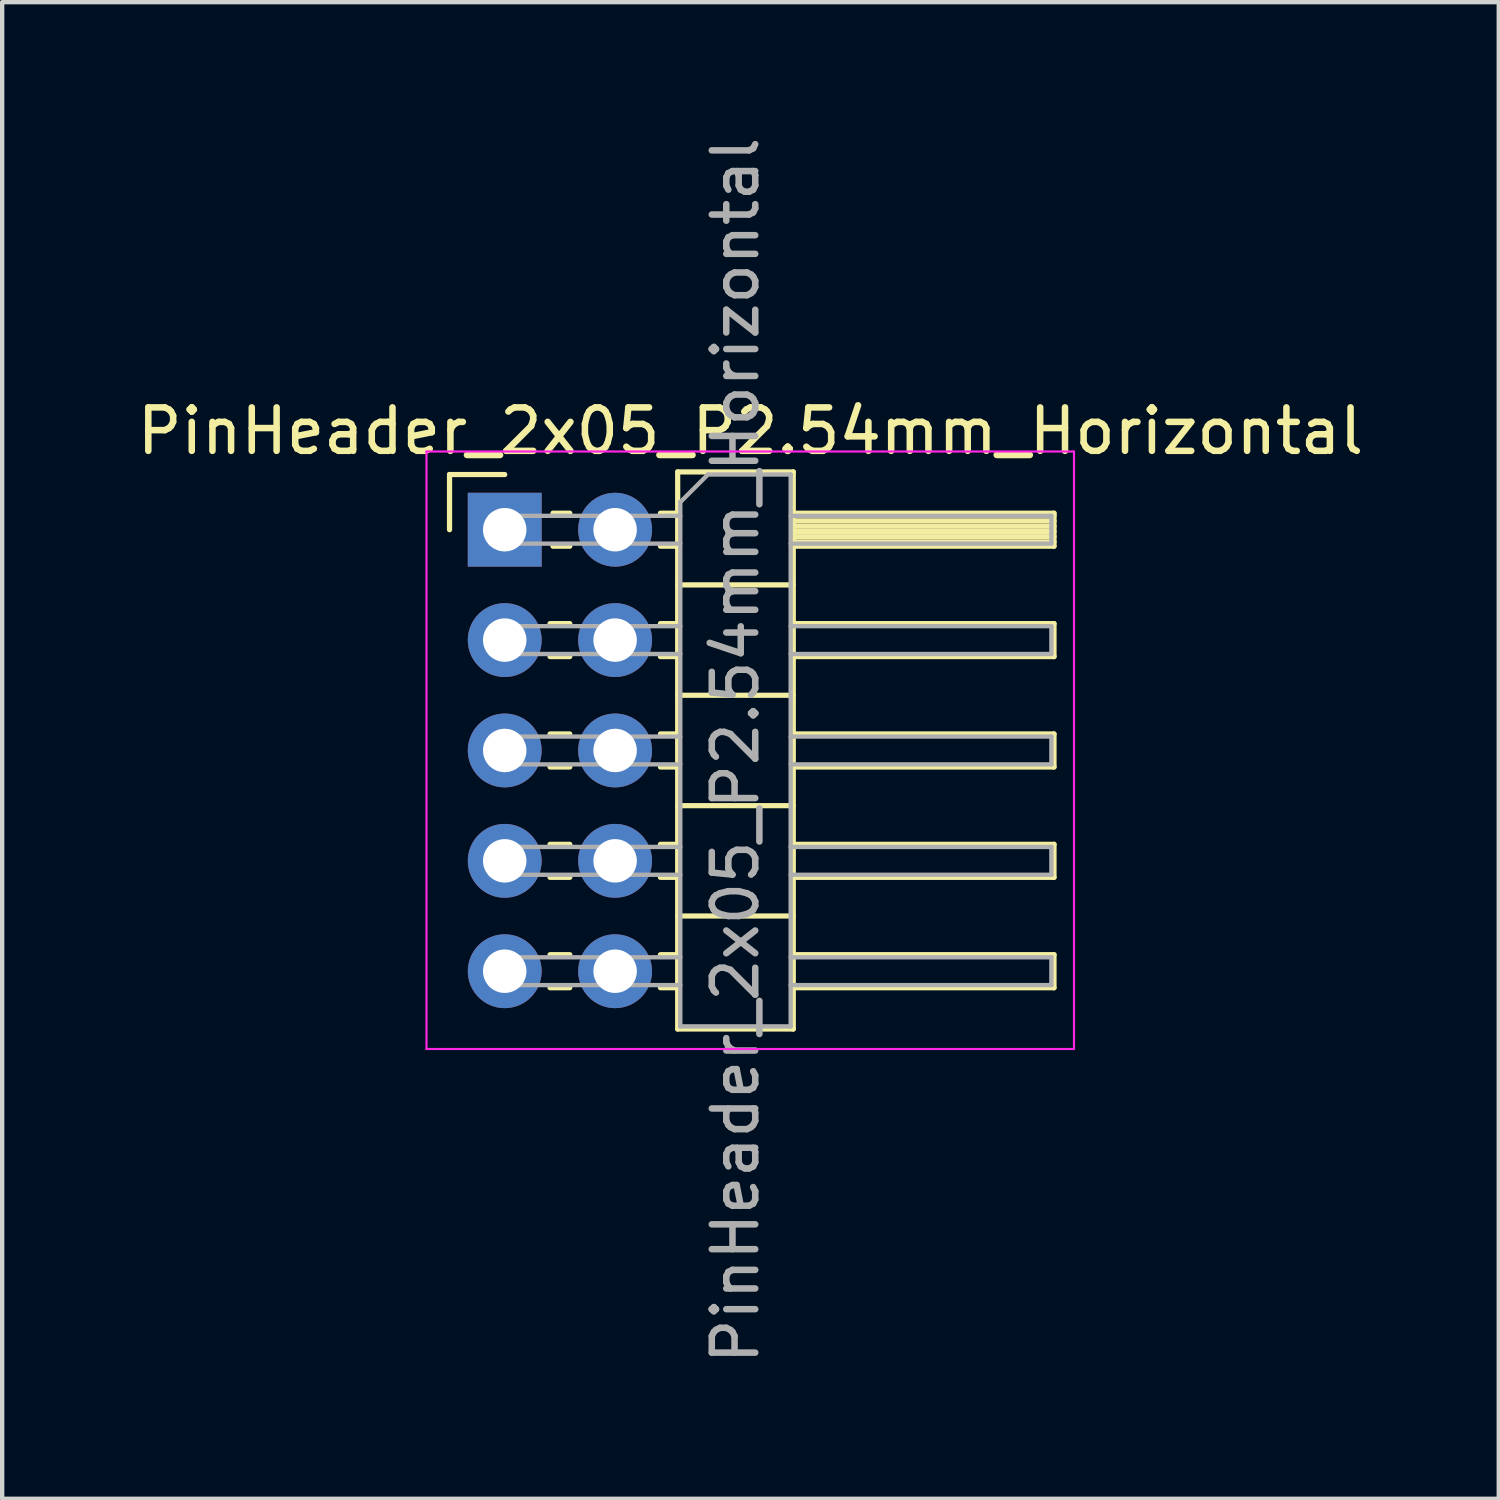
<source format=kicad_pcb>
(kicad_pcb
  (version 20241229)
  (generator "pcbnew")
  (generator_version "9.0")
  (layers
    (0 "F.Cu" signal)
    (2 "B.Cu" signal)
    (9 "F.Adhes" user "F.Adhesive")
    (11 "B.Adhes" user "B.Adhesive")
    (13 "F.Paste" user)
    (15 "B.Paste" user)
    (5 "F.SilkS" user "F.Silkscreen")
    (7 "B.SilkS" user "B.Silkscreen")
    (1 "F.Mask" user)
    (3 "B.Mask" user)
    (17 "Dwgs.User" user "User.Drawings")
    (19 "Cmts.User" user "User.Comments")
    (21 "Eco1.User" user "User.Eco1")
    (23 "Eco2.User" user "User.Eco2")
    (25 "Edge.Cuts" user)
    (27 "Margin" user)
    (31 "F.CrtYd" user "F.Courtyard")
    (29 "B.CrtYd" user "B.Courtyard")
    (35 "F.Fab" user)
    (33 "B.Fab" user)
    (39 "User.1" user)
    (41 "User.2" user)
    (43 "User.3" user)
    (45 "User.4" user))
  (footprint "PinHeader_2x05_P2.54mm_Horizontal"
    (layer "F.Cu")
    (at 8.565 9.14)
    (property "Reference" "PinHeader_2x05_P2.54mm_Horizontal" (at 5.655 -2.27 0) (layer "F.SilkS") (effects (font (size 1 1) (thickness 0.15))))
    (attr through_hole)
    (fp_line (start -1.27 -1.27) (end 0 -1.27) (stroke (width 0.12) (type solid)) (layer "F.SilkS"))
    (fp_line (start -1.27 0) (end -1.27 -1.27) (stroke (width 0.12) (type solid)) (layer "F.SilkS"))
    (fp_line (start 1.043 2.16) (end 1.497 2.16) (stroke (width 0.12) (type solid)) (layer "F.SilkS"))
    (fp_line (start 1.043 2.92) (end 1.497 2.92) (stroke (width 0.12) (type solid)) (layer "F.SilkS"))
    (fp_line (start 1.043 4.7) (end 1.497 4.7) (stroke (width 0.12) (type solid)) (layer "F.SilkS"))
    (fp_line (start 1.043 5.46) (end 1.497 5.46) (stroke (width 0.12) (type solid)) (layer "F.SilkS"))
    (fp_line (start 1.043 7.24) (end 1.497 7.24) (stroke (width 0.12) (type solid)) (layer "F.SilkS"))
    (fp_line (start 1.043 8) (end 1.497 8) (stroke (width 0.12) (type solid)) (layer "F.SilkS"))
    (fp_line (start 1.043 9.78) (end 1.497 9.78) (stroke (width 0.12) (type solid)) (layer "F.SilkS"))
    (fp_line (start 1.043 10.54) (end 1.497 10.54) (stroke (width 0.12) (type solid)) (layer "F.SilkS"))
    (fp_line (start 1.11 -0.38) (end 1.497 -0.38) (stroke (width 0.12) (type solid)) (layer "F.SilkS"))
    (fp_line (start 1.11 0.38) (end 1.497 0.38) (stroke (width 0.12) (type solid)) (layer "F.SilkS"))
    (fp_line (start 3.583 -0.38) (end 3.98 -0.38) (stroke (width 0.12) (type solid)) (layer "F.SilkS"))
    (fp_line (start 3.583 0.38) (end 3.98 0.38) (stroke (width 0.12) (type solid)) (layer "F.SilkS"))
    (fp_line (start 3.583 2.16) (end 3.98 2.16) (stroke (width 0.12) (type solid)) (layer "F.SilkS"))
    (fp_line (start 3.583 2.92) (end 3.98 2.92) (stroke (width 0.12) (type solid)) (layer "F.SilkS"))
    (fp_line (start 3.583 4.7) (end 3.98 4.7) (stroke (width 0.12) (type solid)) (layer "F.SilkS"))
    (fp_line (start 3.583 5.46) (end 3.98 5.46) (stroke (width 0.12) (type solid)) (layer "F.SilkS"))
    (fp_line (start 3.583 7.24) (end 3.98 7.24) (stroke (width 0.12) (type solid)) (layer "F.SilkS"))
    (fp_line (start 3.583 8) (end 3.98 8) (stroke (width 0.12) (type solid)) (layer "F.SilkS"))
    (fp_line (start 3.583 9.78) (end 3.98 9.78) (stroke (width 0.12) (type solid)) (layer "F.SilkS"))
    (fp_line (start 3.583 10.54) (end 3.98 10.54) (stroke (width 0.12) (type solid)) (layer "F.SilkS"))
    (fp_line (start 3.98 -1.33) (end 3.98 11.49) (stroke (width 0.12) (type solid)) (layer "F.SilkS"))
    (fp_line (start 3.98 1.27) (end 6.64 1.27) (stroke (width 0.12) (type solid)) (layer "F.SilkS"))
    (fp_line (start 3.98 3.81) (end 6.64 3.81) (stroke (width 0.12) (type solid)) (layer "F.SilkS"))
    (fp_line (start 3.98 6.35) (end 6.64 6.35) (stroke (width 0.12) (type solid)) (layer "F.SilkS"))
    (fp_line (start 3.98 8.89) (end 6.64 8.89) (stroke (width 0.12) (type solid)) (layer "F.SilkS"))
    (fp_line (start 3.98 11.49) (end 6.64 11.49) (stroke (width 0.12) (type solid)) (layer "F.SilkS"))
    (fp_line (start 6.64 -1.33) (end 3.98 -1.33) (stroke (width 0.12) (type solid)) (layer "F.SilkS"))
    (fp_line (start 6.64 -0.38) (end 12.64 -0.38) (stroke (width 0.12) (type solid)) (layer "F.SilkS"))
    (fp_line (start 6.64 -0.32) (end 12.64 -0.32) (stroke (width 0.12) (type solid)) (layer "F.SilkS"))
    (fp_line (start 6.64 -0.2) (end 12.64 -0.2) (stroke (width 0.12) (type solid)) (layer "F.SilkS"))
    (fp_line (start 6.64 -0.08) (end 12.64 -0.08) (stroke (width 0.12) (type solid)) (layer "F.SilkS"))
    (fp_line (start 6.64 0.04) (end 12.64 0.04) (stroke (width 0.12) (type solid)) (layer "F.SilkS"))
    (fp_line (start 6.64 0.16) (end 12.64 0.16) (stroke (width 0.12) (type solid)) (layer "F.SilkS"))
    (fp_line (start 6.64 0.28) (end 12.64 0.28) (stroke (width 0.12) (type solid)) (layer "F.SilkS"))
    (fp_line (start 6.64 2.16) (end 12.64 2.16) (stroke (width 0.12) (type solid)) (layer "F.SilkS"))
    (fp_line (start 6.64 4.7) (end 12.64 4.7) (stroke (width 0.12) (type solid)) (layer "F.SilkS"))
    (fp_line (start 6.64 7.24) (end 12.64 7.24) (stroke (width 0.12) (type solid)) (layer "F.SilkS"))
    (fp_line (start 6.64 9.78) (end 12.64 9.78) (stroke (width 0.12) (type solid)) (layer "F.SilkS"))
    (fp_line (start 6.64 11.49) (end 6.64 -1.33) (stroke (width 0.12) (type solid)) (layer "F.SilkS"))
    (fp_line (start 12.64 -0.38) (end 12.64 0.38) (stroke (width 0.12) (type solid)) (layer "F.SilkS"))
    (fp_line (start 12.64 0.38) (end 6.64 0.38) (stroke (width 0.12) (type solid)) (layer "F.SilkS"))
    (fp_line (start 12.64 2.16) (end 12.64 2.92) (stroke (width 0.12) (type solid)) (layer "F.SilkS"))
    (fp_line (start 12.64 2.92) (end 6.64 2.92) (stroke (width 0.12) (type solid)) (layer "F.SilkS"))
    (fp_line (start 12.64 4.7) (end 12.64 5.46) (stroke (width 0.12) (type solid)) (layer "F.SilkS"))
    (fp_line (start 12.64 5.46) (end 6.64 5.46) (stroke (width 0.12) (type solid)) (layer "F.SilkS"))
    (fp_line (start 12.64 7.24) (end 12.64 8) (stroke (width 0.12) (type solid)) (layer "F.SilkS"))
    (fp_line (start 12.64 8) (end 6.64 8) (stroke (width 0.12) (type solid)) (layer "F.SilkS"))
    (fp_line (start 12.64 9.78) (end 12.64 10.54) (stroke (width 0.12) (type solid)) (layer "F.SilkS"))
    (fp_line (start 12.64 10.54) (end 6.64 10.54) (stroke (width 0.12) (type solid)) (layer "F.SilkS"))
    (fp_line (start -1.8 -1.8) (end -1.8 11.95) (stroke (width 0.05) (type solid)) (layer "F.CrtYd"))
    (fp_line (start -1.8 11.95) (end 13.1 11.95) (stroke (width 0.05) (type solid)) (layer "F.CrtYd"))
    (fp_line (start 13.1 -1.8) (end -1.8 -1.8) (stroke (width 0.05) (type solid)) (layer "F.CrtYd"))
    (fp_line (start 13.1 11.95) (end 13.1 -1.8) (stroke (width 0.05) (type solid)) (layer "F.CrtYd"))
    (fp_line (start -0.32 -0.32) (end -0.32 0.32) (stroke (width 0.1) (type solid)) (layer "F.Fab"))
    (fp_line (start -0.32 -0.32) (end 4.04 -0.32) (stroke (width 0.1) (type solid)) (layer "F.Fab"))
    (fp_line (start -0.32 0.32) (end 4.04 0.32) (stroke (width 0.1) (type solid)) (layer "F.Fab"))
    (fp_line (start -0.32 2.22) (end -0.32 2.86) (stroke (width 0.1) (type solid)) (layer "F.Fab"))
    (fp_line (start -0.32 2.22) (end 4.04 2.22) (stroke (width 0.1) (type solid)) (layer "F.Fab"))
    (fp_line (start -0.32 2.86) (end 4.04 2.86) (stroke (width 0.1) (type solid)) (layer "F.Fab"))
    (fp_line (start -0.32 4.76) (end -0.32 5.4) (stroke (width 0.1) (type solid)) (layer "F.Fab"))
    (fp_line (start -0.32 4.76) (end 4.04 4.76) (stroke (width 0.1) (type solid)) (layer "F.Fab"))
    (fp_line (start -0.32 5.4) (end 4.04 5.4) (stroke (width 0.1) (type solid)) (layer "F.Fab"))
    (fp_line (start -0.32 7.3) (end -0.32 7.94) (stroke (width 0.1) (type solid)) (layer "F.Fab"))
    (fp_line (start -0.32 7.3) (end 4.04 7.3) (stroke (width 0.1) (type solid)) (layer "F.Fab"))
    (fp_line (start -0.32 7.94) (end 4.04 7.94) (stroke (width 0.1) (type solid)) (layer "F.Fab"))
    (fp_line (start -0.32 9.84) (end -0.32 10.48) (stroke (width 0.1) (type solid)) (layer "F.Fab"))
    (fp_line (start -0.32 9.84) (end 4.04 9.84) (stroke (width 0.1) (type solid)) (layer "F.Fab"))
    (fp_line (start -0.32 10.48) (end 4.04 10.48) (stroke (width 0.1) (type solid)) (layer "F.Fab"))
    (fp_line (start 4.04 -0.635) (end 4.675 -1.27) (stroke (width 0.1) (type solid)) (layer "F.Fab"))
    (fp_line (start 4.04 11.43) (end 4.04 -0.635) (stroke (width 0.1) (type solid)) (layer "F.Fab"))
    (fp_line (start 4.675 -1.27) (end 6.58 -1.27) (stroke (width 0.1) (type solid)) (layer "F.Fab"))
    (fp_line (start 6.58 -1.27) (end 6.58 11.43) (stroke (width 0.1) (type solid)) (layer "F.Fab"))
    (fp_line (start 6.58 -0.32) (end 12.58 -0.32) (stroke (width 0.1) (type solid)) (layer "F.Fab"))
    (fp_line (start 6.58 0.32) (end 12.58 0.32) (stroke (width 0.1) (type solid)) (layer "F.Fab"))
    (fp_line (start 6.58 2.22) (end 12.58 2.22) (stroke (width 0.1) (type solid)) (layer "F.Fab"))
    (fp_line (start 6.58 2.86) (end 12.58 2.86) (stroke (width 0.1) (type solid)) (layer "F.Fab"))
    (fp_line (start 6.58 4.76) (end 12.58 4.76) (stroke (width 0.1) (type solid)) (layer "F.Fab"))
    (fp_line (start 6.58 5.4) (end 12.58 5.4) (stroke (width 0.1) (type solid)) (layer "F.Fab"))
    (fp_line (start 6.58 7.3) (end 12.58 7.3) (stroke (width 0.1) (type solid)) (layer "F.Fab"))
    (fp_line (start 6.58 7.94) (end 12.58 7.94) (stroke (width 0.1) (type solid)) (layer "F.Fab"))
    (fp_line (start 6.58 9.84) (end 12.58 9.84) (stroke (width 0.1) (type solid)) (layer "F.Fab"))
    (fp_line (start 6.58 10.48) (end 12.58 10.48) (stroke (width 0.1) (type solid)) (layer "F.Fab"))
    (fp_line (start 6.58 11.43) (end 4.04 11.43) (stroke (width 0.1) (type solid)) (layer "F.Fab"))
    (fp_line (start 12.58 -0.32) (end 12.58 0.32) (stroke (width 0.1) (type solid)) (layer "F.Fab"))
    (fp_line (start 12.58 2.22) (end 12.58 2.86) (stroke (width 0.1) (type solid)) (layer "F.Fab"))
    (fp_line (start 12.58 4.76) (end 12.58 5.4) (stroke (width 0.1) (type solid)) (layer "F.Fab"))
    (fp_line (start 12.58 7.3) (end 12.58 7.94) (stroke (width 0.1) (type solid)) (layer "F.Fab"))
    (fp_line (start 12.58 9.84) (end 12.58 10.48) (stroke (width 0.1) (type solid)) (layer "F.Fab"))
    (fp_text user "${REFERENCE}" (at 5.31 5.08 90) (layer "F.Fab") (effects (font (size 1 1) (thickness 0.15))))
    (pad "1" thru_hole rect (at 0 0) (size 1.7 1.7) (drill 1) (layers "*.Cu" "*.Mask"))
    (pad "2" thru_hole oval (at 2.54 0) (size 1.7 1.7) (drill 1) (layers "*.Cu" "*.Mask"))
    (pad "3" thru_hole oval (at 0 2.54) (size 1.7 1.7) (drill 1) (layers "*.Cu" "*.Mask"))
    (pad "4" thru_hole oval (at 2.54 2.54) (size 1.7 1.7) (drill 1) (layers "*.Cu" "*.Mask"))
    (pad "5" thru_hole oval (at 0 5.08) (size 1.7 1.7) (drill 1) (layers "*.Cu" "*.Mask"))
    (pad "6" thru_hole oval (at 2.54 5.08) (size 1.7 1.7) (drill 1) (layers "*.Cu" "*.Mask"))
    (pad "7" thru_hole oval (at 0 7.62) (size 1.7 1.7) (drill 1) (layers "*.Cu" "*.Mask"))
    (pad "8" thru_hole oval (at 2.54 7.62) (size 1.7 1.7) (drill 1) (layers "*.Cu" "*.Mask"))
    (pad "9" thru_hole oval (at 0 10.16) (size 1.7 1.7) (drill 1) (layers "*.Cu" "*.Mask"))
    (pad "10" thru_hole oval (at 2.54 10.16) (size 1.7 1.7) (drill 1) (layers "*.Cu" "*.Mask")))
  (gr_rect
    (start -3 -3)
    (end 31.44 31.44)
    (stroke (width 0.1) (type default))
    (fill no)
    (layer "Edge.Cuts")))
</source>
